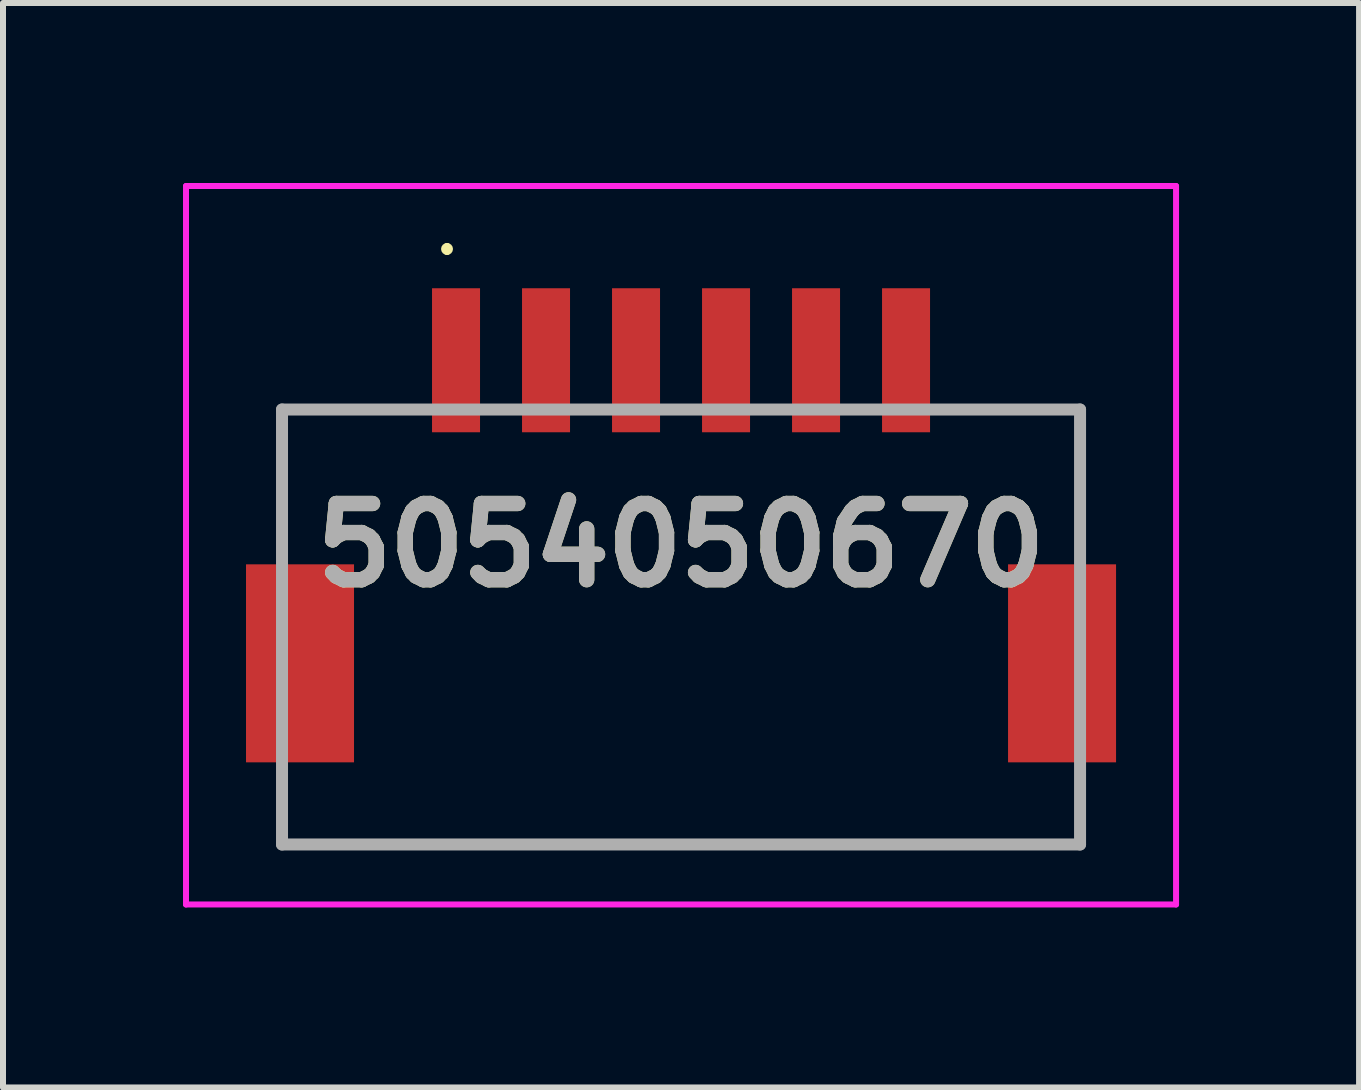
<source format=kicad_pcb>
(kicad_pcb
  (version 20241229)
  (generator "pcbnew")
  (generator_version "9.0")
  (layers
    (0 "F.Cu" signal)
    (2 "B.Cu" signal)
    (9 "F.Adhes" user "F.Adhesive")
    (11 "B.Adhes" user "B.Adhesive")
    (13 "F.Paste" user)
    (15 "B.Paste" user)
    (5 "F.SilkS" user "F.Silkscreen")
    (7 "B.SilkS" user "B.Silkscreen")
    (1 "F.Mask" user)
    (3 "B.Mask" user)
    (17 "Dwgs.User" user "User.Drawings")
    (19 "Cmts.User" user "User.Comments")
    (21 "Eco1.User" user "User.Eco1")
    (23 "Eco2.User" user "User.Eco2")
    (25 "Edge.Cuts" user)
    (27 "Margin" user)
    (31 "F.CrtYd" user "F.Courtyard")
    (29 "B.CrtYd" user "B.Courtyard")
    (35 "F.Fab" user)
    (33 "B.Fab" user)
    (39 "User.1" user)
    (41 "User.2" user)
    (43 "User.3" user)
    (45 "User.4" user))
  (footprint "5054050670"
    (layer "F.Cu")
    (at 8.3 6.037)
    (property "Reference" "5054050670" (at 0 0 0) (layer "F.SilkS") (effects (font (size 1.27 1.27) (thickness 0.254))))
    (attr smd)
    (fp_line (start -6.65 -2.262) (end -4.5 -2.262) (stroke (width 0.1) (type solid)) (layer "F.SilkS"))
    (fp_line (start -6.65 0.138) (end -6.65 -2.262) (stroke (width 0.1) (type solid)) (layer "F.SilkS"))
    (fp_line (start -6.65 4.038) (end -6.65 4.937) (stroke (width 0.1) (type solid)) (layer "F.SilkS"))
    (fp_line (start -6.65 4.937) (end -6.65 4.987) (stroke (width 0.1) (type solid)) (layer "F.SilkS"))
    (fp_line (start -6.65 4.987) (end 6.65 4.987) (stroke (width 0.1) (type solid)) (layer "F.SilkS"))
    (fp_line (start -3.9 -4.987) (end -3.9 -4.987) (stroke (width 0.1) (type solid)) (layer "F.SilkS"))
    (fp_line (start -3.9 -4.888) (end -3.9 -4.888) (stroke (width 0.1) (type solid)) (layer "F.SilkS"))
    (fp_line (start 4.5 -2.262) (end 6.65 -2.262) (stroke (width 0.1) (type solid)) (layer "F.SilkS"))
    (fp_line (start 6.65 -2.262) (end 6.65 0.138) (stroke (width 0.1) (type solid)) (layer "F.SilkS"))
    (fp_line (start 6.65 4.987) (end 6.65 4.038) (stroke (width 0.1) (type solid)) (layer "F.SilkS"))
    (fp_arc (start -3.9 -4.987) (mid -3.8505 -4.9375) (end -3.9 -4.888) (stroke (width 0.1) (type solid)) (layer "F.SilkS"))
    (fp_arc (start -3.9 -4.888) (mid -3.9495 -4.9375) (end -3.9 -4.987) (stroke (width 0.1) (type solid)) (layer "F.SilkS"))
    (fp_line (start -8.25 -5.987) (end 8.25 -5.987) (stroke (width 0.1) (type solid)) (layer "F.CrtYd"))
    (fp_line (start -8.25 5.987) (end -8.25 -5.987) (stroke (width 0.1) (type solid)) (layer "F.CrtYd"))
    (fp_line (start 8.25 -5.987) (end 8.25 5.987) (stroke (width 0.1) (type solid)) (layer "F.CrtYd"))
    (fp_line (start 8.25 5.987) (end -8.25 5.987) (stroke (width 0.1) (type solid)) (layer "F.CrtYd"))
    (fp_line (start -6.65 -2.262) (end 6.65 -2.262) (stroke (width 0.2) (type solid)) (layer "F.Fab"))
    (fp_line (start -6.65 4.987) (end -6.65 -2.262) (stroke (width 0.2) (type solid)) (layer "F.Fab"))
    (fp_line (start 6.65 -2.262) (end 6.65 4.987) (stroke (width 0.2) (type solid)) (layer "F.Fab"))
    (fp_line (start 6.65 4.987) (end -6.65 4.987) (stroke (width 0.2) (type solid)) (layer "F.Fab"))
    (fp_text user "${REFERENCE}" (at 0 0 0) (layer "F.Fab") (effects (font (size 1.27 1.27) (thickness 0.254))))
    (pad "1" smd rect (at -3.75 -3.083) (size 0.8 2.4) (layers "F.Cu" "F.Mask" "F.Paste"))
    (pad "2" smd rect (at -2.25 -3.083) (size 0.8 2.4) (layers "F.Cu" "F.Mask" "F.Paste"))
    (pad "3" smd rect (at -0.75 -3.083) (size 0.8 2.4) (layers "F.Cu" "F.Mask" "F.Paste"))
    (pad "4" smd rect (at 0.75 -3.083) (size 0.8 2.4) (layers "F.Cu" "F.Mask" "F.Paste"))
    (pad "5" smd rect (at 2.25 -3.083) (size 0.8 2.4) (layers "F.Cu" "F.Mask" "F.Paste"))
    (pad "6" smd rect (at 3.75 -3.083) (size 0.8 2.4) (layers "F.Cu" "F.Mask" "F.Paste"))
    (pad "MP1" smd rect (at -6.35 1.968) (size 1.8 3.3) (layers "F.Cu" "F.Mask" "F.Paste"))
    (pad "MP2" smd rect (at 6.35 1.968) (size 1.8 3.3) (layers "F.Cu" "F.Mask" "F.Paste")))
  (gr_rect
    (start -3 -3)
    (end 19.6 15.074)
    (stroke (width 0.1) (type default))
    (fill no)
    (layer "Edge.Cuts")))
</source>
